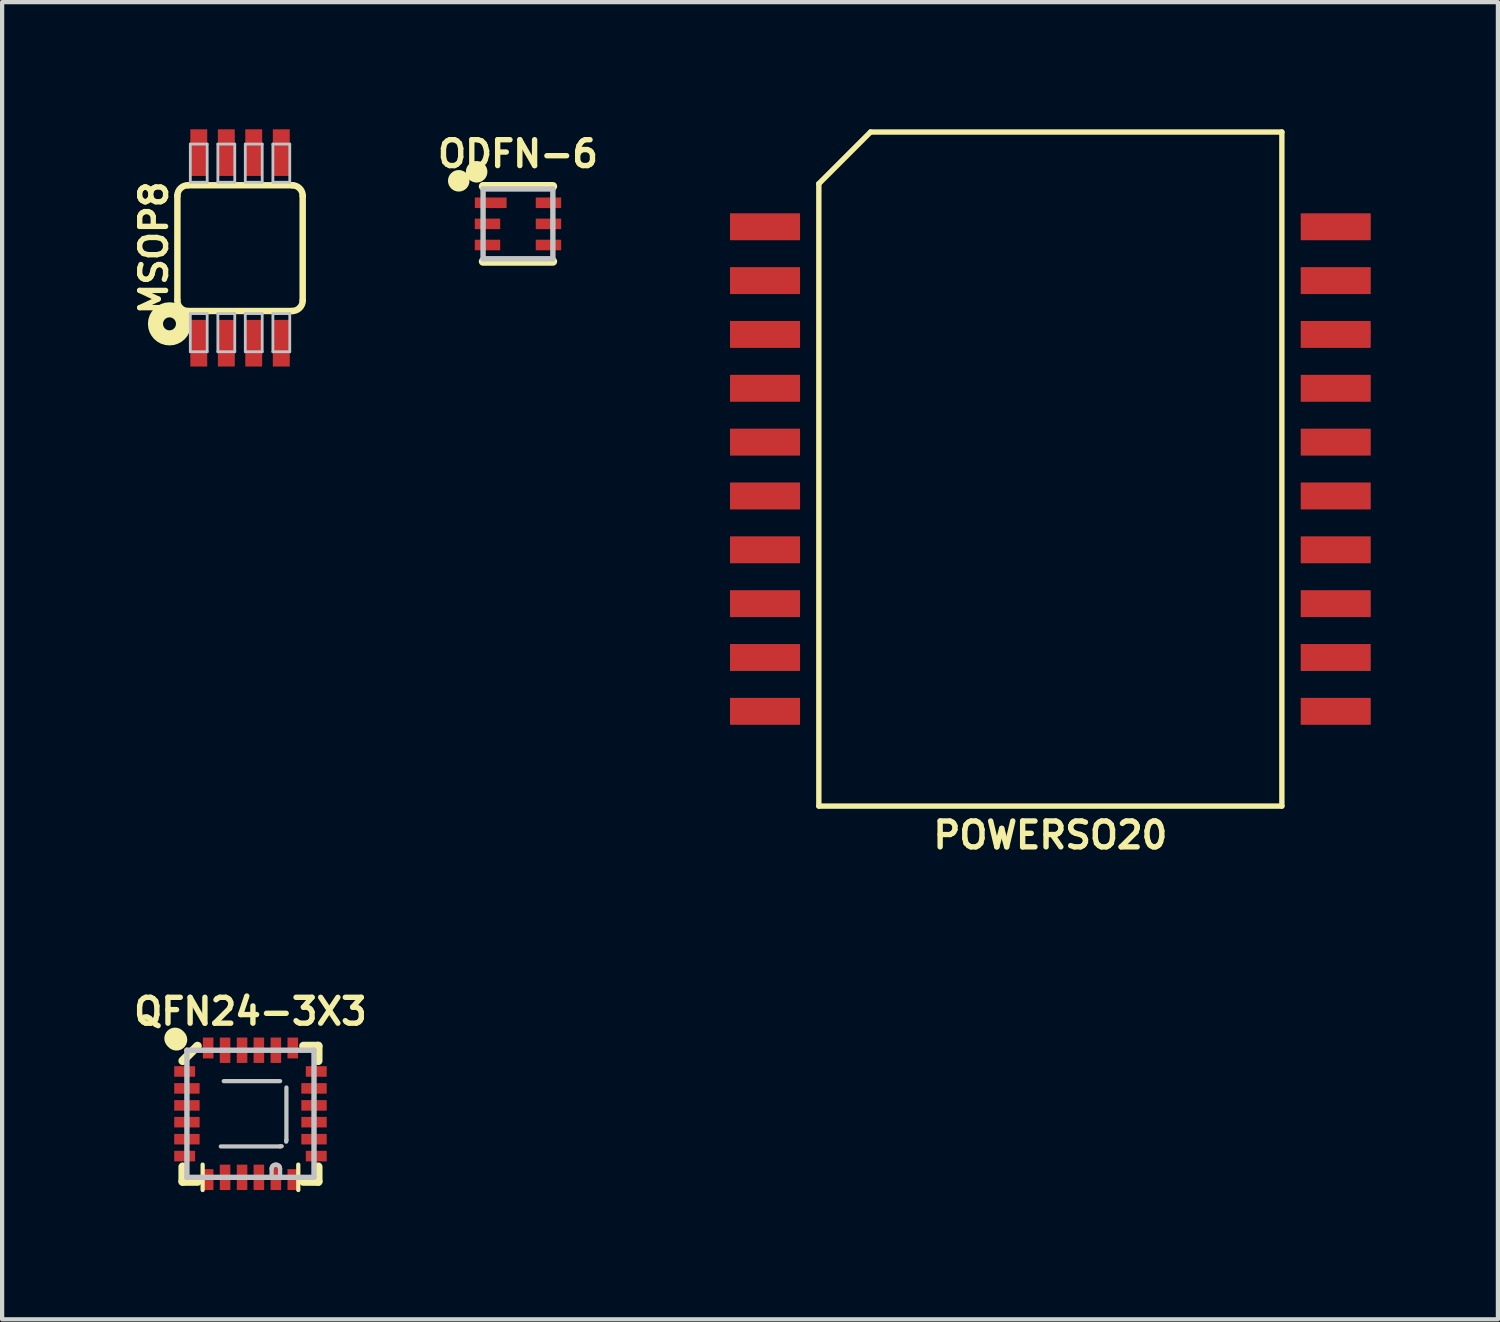
<source format=kicad_pcb>
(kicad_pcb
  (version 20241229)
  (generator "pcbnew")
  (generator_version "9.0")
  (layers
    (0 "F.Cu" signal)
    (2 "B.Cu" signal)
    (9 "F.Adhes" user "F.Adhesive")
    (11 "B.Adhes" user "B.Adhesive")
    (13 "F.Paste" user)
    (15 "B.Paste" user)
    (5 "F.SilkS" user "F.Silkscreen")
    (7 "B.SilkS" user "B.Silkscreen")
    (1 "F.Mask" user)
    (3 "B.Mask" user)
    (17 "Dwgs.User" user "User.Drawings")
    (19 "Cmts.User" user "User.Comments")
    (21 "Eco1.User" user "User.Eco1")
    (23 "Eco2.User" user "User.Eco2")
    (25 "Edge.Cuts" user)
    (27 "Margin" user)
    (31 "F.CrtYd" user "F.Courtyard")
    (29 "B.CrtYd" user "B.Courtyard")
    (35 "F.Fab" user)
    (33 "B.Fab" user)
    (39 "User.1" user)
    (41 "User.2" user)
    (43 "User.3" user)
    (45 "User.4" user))
  (footprint "ODFN-6"
    (layer "F.Cu")
    (at 9.168 2.231)
    (property "Reference" "ODFN-6" (at 0 -1.651 180) (layer "F.SilkS") (effects (font (size 0.61 0.61) (thickness 0.127))))
    (attr smd)
    (fp_line (start -0.823 0.886) (end 0.823 0.886) (stroke (width 0.203) (type solid)) (layer "F.SilkS"))
    (fp_line (start 0.823 -0.886) (end -0.823 -0.886) (stroke (width 0.203) (type solid)) (layer "F.SilkS"))
    (fp_circle (center -1.397 -1.016) (end -1.27 -1.016) (stroke (width 0.254) (type solid)) (fill no) (layer "F.SilkS"))
    (fp_circle (center -0.975 -1.229) (end -0.975 -1.483) (stroke (width 0) (type solid)) (fill yes) (layer "F.SilkS"))
    (fp_line (start -0.823 -0.823) (end -0.823 0.823) (stroke (width 0.127) (type solid)) (layer "Dwgs.User"))
    (fp_line (start 0.823 -0.823) (end -0.823 -0.823) (stroke (width 0.127) (type solid)) (layer "Dwgs.User"))
    (fp_line (start 0.823 -0.823) (end 0.823 0.823) (stroke (width 0.127) (type solid)) (layer "Dwgs.User"))
    (fp_line (start 0.823 0.823) (end -0.823 0.823) (stroke (width 0.127) (type solid)) (layer "Dwgs.User"))
    (pad "1" smd rect (at -0.643 -0.498 270) (size 0.249 0.749) (layers "F.Cu" "F.Mask" "F.Paste"))
    (pad "2" smd rect (at -0.719 0 270) (size 0.249 0.599) (layers "F.Cu" "F.Mask" "F.Paste"))
    (pad "3" smd rect (at -0.719 0.498 270) (size 0.249 0.599) (layers "F.Cu" "F.Mask" "F.Paste"))
    (pad "4" smd rect (at 0.719 0.498 90) (size 0.249 0.599) (layers "F.Cu" "F.Mask" "F.Paste"))
    (pad "5" smd rect (at 0.719 0 270) (size 0.249 0.599) (layers "F.Cu" "F.Mask" "F.Paste"))
    (pad "6" smd rect (at 0.719 -0.498 270) (size 0.249 0.599) (layers "F.Cu" "F.Mask" "F.Paste")))
  (footprint "QFN24-3X3"
    (layer "F.Cu")
    (at 2.858 23.222)
    (property "Reference" "QFN24-3X3" (at 0 -2.413 0) (layer "F.SilkS") (effects (font (size 0.61 0.61) (thickness 0.127))))
    (attr smd)
    (fp_line (start -1.598 -1.25) (end -1.25 -1.598) (stroke (width 0.203) (type solid)) (layer "F.SilkS"))
    (fp_line (start -1.598 1.25) (end -1.598 1.598) (stroke (width 0.203) (type solid)) (layer "F.SilkS"))
    (fp_line (start -1.598 1.598) (end -1.25 1.598) (stroke (width 0.203) (type solid)) (layer "F.SilkS"))
    (fp_line (start -1.128 1.798) (end -1.128 1.199) (stroke (width 0.1) (type solid)) (layer "F.SilkS"))
    (fp_line (start 1.128 1.199) (end 1.128 1.798) (stroke (width 0.1) (type solid)) (layer "F.SilkS"))
    (fp_line (start 1.25 1.598) (end 1.598 1.598) (stroke (width 0.203) (type solid)) (layer "F.SilkS"))
    (fp_line (start 1.598 -1.598) (end 1.25 -1.598) (stroke (width 0.203) (type solid)) (layer "F.SilkS"))
    (fp_line (start 1.598 -1.25) (end 1.598 -1.598) (stroke (width 0.203) (type solid)) (layer "F.SilkS"))
    (fp_line (start 1.598 1.598) (end 1.598 1.25) (stroke (width 0.203) (type solid)) (layer "F.SilkS"))
    (fp_circle (center -1.778 -1.778) (end -1.651 -1.778) (stroke (width 0.254) (type solid)) (fill no) (layer "F.SilkS"))
    (fp_circle (center -1.745 -1.745) (end -1.745 -1.999) (stroke (width 0) (type solid)) (fill yes) (layer "F.SilkS"))
    (fp_line (start -1.499 -1.499) (end -1.499 1.499) (stroke (width 0.127) (type solid)) (layer "Dwgs.User"))
    (fp_line (start -1.499 1.499) (end 1.499 1.499) (stroke (width 0.127) (type solid)) (layer "Dwgs.User"))
    (fp_line (start -0.699 0.77) (end 0.699 0.77) (stroke (width 0.1) (type solid)) (layer "Dwgs.User"))
    (fp_line (start 0.498 1.298) (end 0.503 1.267) (stroke (width 0.1) (type solid)) (layer "Dwgs.User"))
    (fp_line (start 0.498 1.499) (end 0.498 1.298) (stroke (width 0.1) (type solid)) (layer "Dwgs.User"))
    (fp_line (start 0.503 1.267) (end 0.518 1.24) (stroke (width 0.1) (type solid)) (layer "Dwgs.User"))
    (fp_line (start 0.518 1.24) (end 0.541 1.217) (stroke (width 0.1) (type solid)) (layer "Dwgs.User"))
    (fp_line (start 0.541 1.217) (end 0.569 1.204) (stroke (width 0.1) (type solid)) (layer "Dwgs.User"))
    (fp_line (start 0.569 1.204) (end 0.599 1.199) (stroke (width 0.1) (type solid)) (layer "Dwgs.User"))
    (fp_line (start 0.599 1.199) (end 0.63 1.204) (stroke (width 0.1) (type solid)) (layer "Dwgs.User"))
    (fp_line (start 0.63 1.204) (end 0.658 1.217) (stroke (width 0.1) (type solid)) (layer "Dwgs.User"))
    (fp_line (start 0.658 1.217) (end 0.681 1.24) (stroke (width 0.1) (type solid)) (layer "Dwgs.User"))
    (fp_line (start 0.681 1.24) (end 0.693 1.267) (stroke (width 0.1) (type solid)) (layer "Dwgs.User"))
    (fp_line (start 0.693 1.267) (end 0.699 1.298) (stroke (width 0.1) (type solid)) (layer "Dwgs.User"))
    (fp_line (start 0.699 -0.77) (end -0.63 -0.77) (stroke (width 0.1) (type solid)) (layer "Dwgs.User"))
    (fp_line (start 0.699 0.77) (end 0.737 0.765) (stroke (width 0.1) (type solid)) (layer "Dwgs.User"))
    (fp_line (start 0.699 1.298) (end 0.699 1.499) (stroke (width 0.1) (type solid)) (layer "Dwgs.User"))
    (fp_line (start 0.843 0.658) (end 0.848 0.62) (stroke (width 0.1) (type solid)) (layer "Dwgs.User"))
    (fp_line (start 0.848 0.62) (end 0.848 -0.62) (stroke (width 0.1) (type solid)) (layer "Dwgs.User"))
    (fp_line (start 1.499 -1.499) (end -1.499 -1.499) (stroke (width 0.127) (type solid)) (layer "Dwgs.User"))
    (fp_line (start 1.499 1.499) (end 1.499 -1.499) (stroke (width 0.127) (type solid)) (layer "Dwgs.User"))
    (pad "1" smd rect (at -1.552 -0.998 90) (size 0.249 0.493) (layers "F.Cu" "F.Mask" "F.Paste"))
    (pad "2" smd rect (at -1.499 -0.599 90) (size 0.249 0.599) (layers "F.Cu" "F.Mask" "F.Paste"))
    (pad "3" smd rect (at -1.499 -0.198 90) (size 0.249 0.599) (layers "F.Cu" "F.Mask" "F.Paste"))
    (pad "4" smd rect (at -1.499 0.198 90) (size 0.249 0.599) (layers "F.Cu" "F.Mask" "F.Paste"))
    (pad "5" smd rect (at -1.499 0.599 90) (size 0.249 0.599) (layers "F.Cu" "F.Mask" "F.Paste"))
    (pad "6" smd rect (at -1.552 0.998 90) (size 0.249 0.493) (layers "F.Cu" "F.Mask" "F.Paste"))
    (pad "7" smd rect (at -0.998 1.552 180) (size 0.249 0.493) (layers "F.Cu" "F.Mask" "F.Paste"))
    (pad "8" smd rect (at -0.599 1.499 180) (size 0.249 0.599) (layers "F.Cu" "F.Mask" "F.Paste"))
    (pad "9" smd rect (at -0.198 1.499 180) (size 0.249 0.599) (layers "F.Cu" "F.Mask" "F.Paste"))
    (pad "10" smd rect (at 0.198 1.499 180) (size 0.249 0.599) (layers "F.Cu" "F.Mask" "F.Paste"))
    (pad "11" smd rect (at 0.599 1.499 180) (size 0.249 0.599) (layers "F.Cu" "F.Mask" "F.Paste"))
    (pad "12" smd rect (at 0.998 1.552 180) (size 0.249 0.493) (layers "F.Cu" "F.Mask" "F.Paste"))
    (pad "13" smd rect (at 1.552 0.998 270) (size 0.249 0.493) (layers "F.Cu" "F.Mask" "F.Paste"))
    (pad "14" smd rect (at 1.499 0.599 270) (size 0.249 0.599) (layers "F.Cu" "F.Mask" "F.Paste"))
    (pad "15" smd rect (at 1.499 0.198 270) (size 0.249 0.599) (layers "F.Cu" "F.Mask" "F.Paste"))
    (pad "16" smd rect (at 1.499 -0.198 270) (size 0.249 0.599) (layers "F.Cu" "F.Mask" "F.Paste"))
    (pad "17" smd rect (at 1.499 -0.599 270) (size 0.249 0.599) (layers "F.Cu" "F.Mask" "F.Paste"))
    (pad "18" smd rect (at 1.552 -0.998 270) (size 0.249 0.493) (layers "F.Cu" "F.Mask" "F.Paste"))
    (pad "19" smd rect (at 0.998 -1.552) (size 0.249 0.493) (layers "F.Cu" "F.Mask" "F.Paste"))
    (pad "20" smd rect (at 0.599 -1.499) (size 0.249 0.599) (layers "F.Cu" "F.Mask" "F.Paste"))
    (pad "21" smd rect (at 0.198 -1.499) (size 0.249 0.599) (layers "F.Cu" "F.Mask" "F.Paste"))
    (pad "22" smd rect (at -0.198 -1.499) (size 0.249 0.599) (layers "F.Cu" "F.Mask" "F.Paste"))
    (pad "23" smd rect (at -0.599 -1.499) (size 0.249 0.599) (layers "F.Cu" "F.Mask" "F.Paste"))
    (pad "24" smd rect (at -0.998 -1.552) (size 0.249 0.493) (layers "F.Cu" "F.Mask" "F.Paste")))
  (footprint "MSOP8"
    (layer "F.Cu")
    (at 2.612 2.798)
    (property "Reference" "MSOP8" (at -2.032 0 90) (layer "F.SilkS") (effects (font (size 0.61 0.61) (thickness 0.127))))
    (attr smd)
    (fp_line (start -1.478 -1.229) (end -1.478 1.229) (stroke (width 0.152) (type solid)) (layer "F.SilkS"))
    (fp_line (start -1.219 -1.478) (end 1.24 -1.478) (stroke (width 0.152) (type solid)) (layer "F.SilkS"))
    (fp_line (start 1.24 1.488) (end -1.219 1.488) (stroke (width 0.152) (type solid)) (layer "F.SilkS"))
    (fp_line (start 1.478 1.24) (end 1.478 -1.229) (stroke (width 0.152) (type solid)) (layer "F.SilkS"))
    (fp_arc (start -1.47828 -1.22936) (mid -1.405373 -1.405373) (end -1.22936 -1.47828) (stroke (width 0.1524) (type solid)) (layer "F.SilkS"))
    (fp_arc (start -1.22936 1.48844) (mid -1.405373 1.415533) (end -1.47828 1.23952) (stroke (width 0.1524) (type solid)) (layer "F.SilkS"))
    (fp_arc (start 1.22936 -1.47828) (mid 1.405373 -1.405373) (end 1.47828 -1.22936) (stroke (width 0.1524) (type solid)) (layer "F.SilkS"))
    (fp_arc (start 1.47828 1.23952) (mid 1.405373 1.415533) (end 1.22936 1.48844) (stroke (width 0.1524) (type solid)) (layer "F.SilkS"))
    (fp_circle (center -1.664 1.791) (end -1.664 1.638) (stroke (width 0.356) (type solid)) (fill no) (layer "F.SilkS"))
    (fp_line (start -1.173 -2.449) (end -0.775 -2.449) (stroke (width 0.066) (type solid)) (layer "Dwgs.User"))
    (fp_line (start -1.173 -1.549) (end -1.173 -2.449) (stroke (width 0.066) (type solid)) (layer "Dwgs.User"))
    (fp_line (start -1.173 -1.549) (end -0.775 -1.549) (stroke (width 0.066) (type solid)) (layer "Dwgs.User"))
    (fp_line (start -1.173 1.549) (end -0.775 1.549) (stroke (width 0.066) (type solid)) (layer "Dwgs.User"))
    (fp_line (start -1.173 2.449) (end -1.173 1.549) (stroke (width 0.066) (type solid)) (layer "Dwgs.User"))
    (fp_line (start -1.173 2.449) (end -0.775 2.449) (stroke (width 0.066) (type solid)) (layer "Dwgs.User"))
    (fp_line (start -0.775 -1.549) (end -0.775 -2.449) (stroke (width 0.066) (type solid)) (layer "Dwgs.User"))
    (fp_line (start -0.775 2.449) (end -0.775 1.549) (stroke (width 0.066) (type solid)) (layer "Dwgs.User"))
    (fp_line (start -0.523 -2.449) (end -0.124 -2.449) (stroke (width 0.066) (type solid)) (layer "Dwgs.User"))
    (fp_line (start -0.523 -1.549) (end -0.523 -2.449) (stroke (width 0.066) (type solid)) (layer "Dwgs.User"))
    (fp_line (start -0.523 -1.549) (end -0.124 -1.549) (stroke (width 0.066) (type solid)) (layer "Dwgs.User"))
    (fp_line (start -0.523 1.549) (end -0.124 1.549) (stroke (width 0.066) (type solid)) (layer "Dwgs.User"))
    (fp_line (start -0.523 2.449) (end -0.523 1.549) (stroke (width 0.066) (type solid)) (layer "Dwgs.User"))
    (fp_line (start -0.523 2.449) (end -0.124 2.449) (stroke (width 0.066) (type solid)) (layer "Dwgs.User"))
    (fp_line (start -0.124 -1.549) (end -0.124 -2.449) (stroke (width 0.066) (type solid)) (layer "Dwgs.User"))
    (fp_line (start -0.124 2.449) (end -0.124 1.549) (stroke (width 0.066) (type solid)) (layer "Dwgs.User"))
    (fp_line (start 0.124 -2.449) (end 0.523 -2.449) (stroke (width 0.066) (type solid)) (layer "Dwgs.User"))
    (fp_line (start 0.124 -1.549) (end 0.124 -2.449) (stroke (width 0.066) (type solid)) (layer "Dwgs.User"))
    (fp_line (start 0.124 -1.549) (end 0.523 -1.549) (stroke (width 0.066) (type solid)) (layer "Dwgs.User"))
    (fp_line (start 0.124 1.549) (end 0.523 1.549) (stroke (width 0.066) (type solid)) (layer "Dwgs.User"))
    (fp_line (start 0.124 2.449) (end 0.124 1.549) (stroke (width 0.066) (type solid)) (layer "Dwgs.User"))
    (fp_line (start 0.124 2.449) (end 0.523 2.449) (stroke (width 0.066) (type solid)) (layer "Dwgs.User"))
    (fp_line (start 0.523 -1.549) (end 0.523 -2.449) (stroke (width 0.066) (type solid)) (layer "Dwgs.User"))
    (fp_line (start 0.523 2.449) (end 0.523 1.549) (stroke (width 0.066) (type solid)) (layer "Dwgs.User"))
    (fp_line (start 0.775 -2.449) (end 1.173 -2.449) (stroke (width 0.066) (type solid)) (layer "Dwgs.User"))
    (fp_line (start 0.775 -1.549) (end 0.775 -2.449) (stroke (width 0.066) (type solid)) (layer "Dwgs.User"))
    (fp_line (start 0.775 -1.549) (end 1.173 -1.549) (stroke (width 0.066) (type solid)) (layer "Dwgs.User"))
    (fp_line (start 0.775 1.549) (end 1.173 1.549) (stroke (width 0.066) (type solid)) (layer "Dwgs.User"))
    (fp_line (start 0.775 2.449) (end 0.775 1.549) (stroke (width 0.066) (type solid)) (layer "Dwgs.User"))
    (fp_line (start 0.775 2.449) (end 1.173 2.449) (stroke (width 0.066) (type solid)) (layer "Dwgs.User"))
    (fp_line (start 1.173 -1.549) (end 1.173 -2.449) (stroke (width 0.066) (type solid)) (layer "Dwgs.User"))
    (fp_line (start 1.173 2.449) (end 1.173 1.549) (stroke (width 0.066) (type solid)) (layer "Dwgs.User"))
    (pad "1" smd rect (at -0.973 2.248) (size 0.399 1.1) (layers "F.Cu" "F.Mask" "F.Paste"))
    (pad "2" smd rect (at -0.323 2.248) (size 0.399 1.1) (layers "F.Cu" "F.Mask" "F.Paste"))
    (pad "3" smd rect (at 0.323 2.248) (size 0.399 1.1) (layers "F.Cu" "F.Mask" "F.Paste"))
    (pad "4" smd rect (at 0.973 2.248) (size 0.399 1.1) (layers "F.Cu" "F.Mask" "F.Paste"))
    (pad "5" smd rect (at 0.973 -2.248) (size 0.399 1.1) (layers "F.Cu" "F.Mask" "F.Paste"))
    (pad "6" smd rect (at 0.323 -2.248) (size 0.399 1.1) (layers "F.Cu" "F.Mask" "F.Paste"))
    (pad "7" smd rect (at -0.323 -2.248) (size 0.399 1.1) (layers "F.Cu" "F.Mask" "F.Paste"))
    (pad "8" smd rect (at -0.973 -2.248) (size 0.399 1.1) (layers "F.Cu" "F.Mask" "F.Paste")))
  (footprint "POWERSO20"
    (layer "F.Cu")
    (at 21.726 8.014)
    (property "Reference" "POWERSO20" (at 0 8.636 0) (layer "F.SilkS") (effects (font (size 0.61 0.61) (thickness 0.127))))
    (attr smd)
    (fp_line (start -5.461 -6.731) (end -5.461 7.95) (stroke (width 0.127) (type solid)) (layer "F.SilkS"))
    (fp_line (start -5.461 -6.731) (end -4.242 -7.95) (stroke (width 0.127) (type solid)) (layer "F.SilkS"))
    (fp_line (start -5.461 7.95) (end 5.461 7.95) (stroke (width 0.127) (type solid)) (layer "F.SilkS"))
    (fp_line (start 5.461 -7.95) (end -4.242 -7.95) (stroke (width 0.127) (type solid)) (layer "F.SilkS"))
    (fp_line (start 5.461 -7.95) (end 5.461 7.95) (stroke (width 0.127) (type solid)) (layer "F.SilkS"))
    (pad "1" smd rect (at -6.731 -5.715) (size 1.651 0.635) (layers "F.Cu" "F.Mask" "F.Paste"))
    (pad "2" smd rect (at -6.731 -4.445) (size 1.651 0.635) (layers "F.Cu" "F.Mask" "F.Paste"))
    (pad "3" smd rect (at -6.731 -3.175) (size 1.651 0.635) (layers "F.Cu" "F.Mask" "F.Paste"))
    (pad "4" smd rect (at -6.731 -1.905) (size 1.651 0.635) (layers "F.Cu" "F.Mask" "F.Paste"))
    (pad "5" smd rect (at -6.731 -0.635) (size 1.651 0.635) (layers "F.Cu" "F.Mask" "F.Paste"))
    (pad "6" smd rect (at -6.731 0.635) (size 1.651 0.635) (layers "F.Cu" "F.Mask" "F.Paste"))
    (pad "7" smd rect (at -6.731 1.905) (size 1.651 0.635) (layers "F.Cu" "F.Mask" "F.Paste"))
    (pad "8" smd rect (at -6.731 3.175) (size 1.651 0.635) (layers "F.Cu" "F.Mask" "F.Paste"))
    (pad "9" smd rect (at -6.731 4.445) (size 1.651 0.635) (layers "F.Cu" "F.Mask" "F.Paste"))
    (pad "10" smd rect (at -6.731 5.715) (size 1.651 0.635) (layers "F.Cu" "F.Mask" "F.Paste"))
    (pad "11" smd rect (at 6.731 5.715) (size 1.651 0.635) (layers "F.Cu" "F.Mask" "F.Paste"))
    (pad "12" smd rect (at 6.731 4.445) (size 1.651 0.635) (layers "F.Cu" "F.Mask" "F.Paste"))
    (pad "13" smd rect (at 6.731 3.175) (size 1.651 0.635) (layers "F.Cu" "F.Mask" "F.Paste"))
    (pad "14" smd rect (at 6.731 1.905) (size 1.651 0.635) (layers "F.Cu" "F.Mask" "F.Paste"))
    (pad "15" smd rect (at 6.731 0.635) (size 1.651 0.635) (layers "F.Cu" "F.Mask" "F.Paste"))
    (pad "16" smd rect (at 6.731 -0.635) (size 1.651 0.635) (layers "F.Cu" "F.Mask" "F.Paste"))
    (pad "17" smd rect (at 6.731 -1.905) (size 1.651 0.635) (layers "F.Cu" "F.Mask" "F.Paste"))
    (pad "18" smd rect (at 6.731 -3.175) (size 1.651 0.635) (layers "F.Cu" "F.Mask" "F.Paste"))
    (pad "19" smd rect (at 6.731 -4.445) (size 1.651 0.635) (layers "F.Cu" "F.Mask" "F.Paste"))
    (pad "20" smd rect (at 6.731 -5.715) (size 1.651 0.635) (layers "F.Cu" "F.Mask" "F.Paste")))
  (gr_rect
    (start -3 -3)
    (end 32.283 28.07)
    (stroke (width 0.1) (type default))
    (fill no)
    (layer "Edge.Cuts")))
</source>
